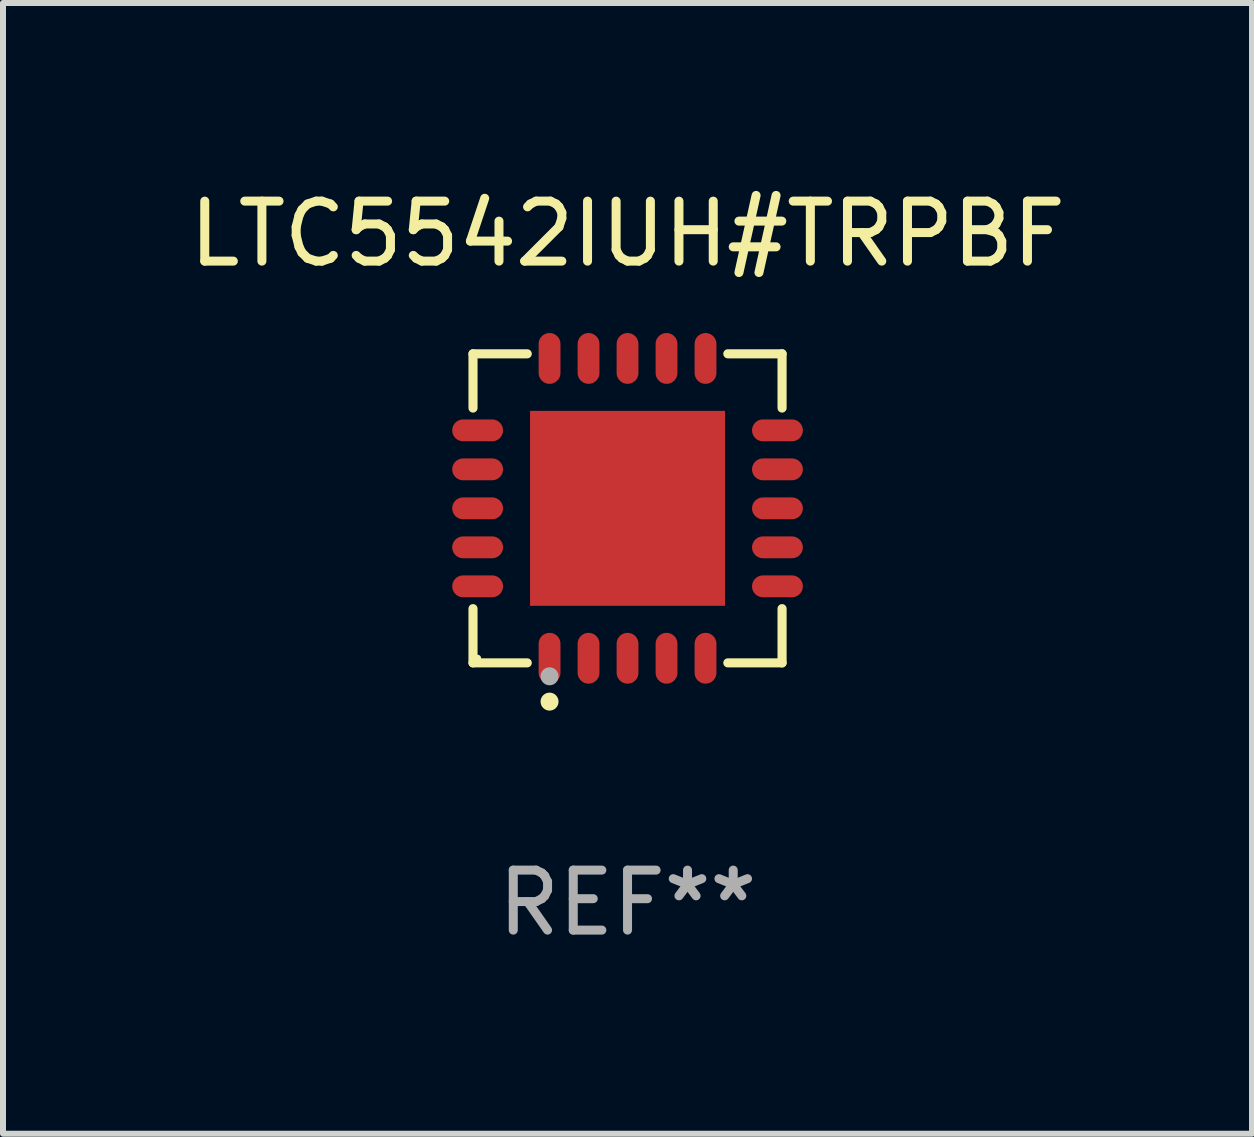
<source format=kicad_pcb>
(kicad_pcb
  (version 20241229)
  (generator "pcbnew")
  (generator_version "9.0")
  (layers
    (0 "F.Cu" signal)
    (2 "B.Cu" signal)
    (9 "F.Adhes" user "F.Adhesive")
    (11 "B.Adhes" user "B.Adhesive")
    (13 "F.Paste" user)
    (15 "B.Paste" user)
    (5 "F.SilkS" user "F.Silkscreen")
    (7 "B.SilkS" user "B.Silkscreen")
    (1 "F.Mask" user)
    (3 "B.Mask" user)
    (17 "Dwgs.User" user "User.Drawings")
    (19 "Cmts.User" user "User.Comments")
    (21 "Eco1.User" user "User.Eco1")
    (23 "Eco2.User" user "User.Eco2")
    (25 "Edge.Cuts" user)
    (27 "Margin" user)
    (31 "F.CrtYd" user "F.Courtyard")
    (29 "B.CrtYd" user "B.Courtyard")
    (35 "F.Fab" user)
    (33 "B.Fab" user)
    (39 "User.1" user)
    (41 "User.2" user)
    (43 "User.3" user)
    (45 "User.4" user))
  (footprint "LTC5542IUH#TRPBF"
    (layer "F.Cu")
    (at 7.411 5.424)
    (property "Reference" "LTC5542IUH#TRPBF" (at 0 -4.576 0) (layer "F.SilkS") (effects (font (size 1 1) (thickness 0.15))))
    (attr through_hole)
    (fp_line (start -2.576 -2.576) (end -1.672 -2.576) (stroke (width 0.152) (type solid)) (layer "F.SilkS"))
    (fp_line (start -2.576 -1.672) (end -2.576 -2.576) (stroke (width 0.152) (type solid)) (layer "F.SilkS"))
    (fp_line (start -2.576 1.672) (end -2.576 2.576) (stroke (width 0.152) (type solid)) (layer "F.SilkS"))
    (fp_line (start -2.576 2.576) (end -1.672 2.576) (stroke (width 0.152) (type solid)) (layer "F.SilkS"))
    (fp_line (start 2.576 -2.576) (end 1.672 -2.576) (stroke (width 0.152) (type solid)) (layer "F.SilkS"))
    (fp_line (start 2.576 -1.672) (end 2.576 -2.576) (stroke (width 0.152) (type solid)) (layer "F.SilkS"))
    (fp_line (start 2.576 1.672) (end 2.576 2.576) (stroke (width 0.152) (type solid)) (layer "F.SilkS"))
    (fp_line (start 2.576 2.576) (end 1.672 2.576) (stroke (width 0.152) (type solid)) (layer "F.SilkS"))
    (fp_circle (center -2.5 2.5) (end -2.47 2.5) (stroke (width 0.06) (type solid)) (fill no) (layer "F.SilkS"))
    (fp_circle (center -1.3 3.222) (end -1.225 3.222) (stroke (width 0.15) (type solid)) (fill no) (layer "F.SilkS"))
    (fp_circle (center -1.3 2.8) (end -1.225 2.8) (stroke (width 0.15) (type solid)) (fill no) (layer "F.Fab"))
    (fp_text user "REF**" (at 0 6.576 0) (layer "F.Fab") (effects (font (size 1 1) (thickness 0.15))))
    (pad "1" smd oval (at -1.3 2.499) (size 0.364 0.847) (layers "F.Cu" "F.Mask" "F.Paste"))
    (pad "2" smd oval (at -0.65 2.499) (size 0.364 0.847) (layers "F.Cu" "F.Mask" "F.Paste"))
    (pad "3" smd oval (at 0 2.499) (size 0.364 0.847) (layers "F.Cu" "F.Mask" "F.Paste"))
    (pad "4" smd oval (at 0.65 2.499) (size 0.364 0.847) (layers "F.Cu" "F.Mask" "F.Paste"))
    (pad "5" smd oval (at 1.3 2.499) (size 0.364 0.847) (layers "F.Cu" "F.Mask" "F.Paste"))
    (pad "6" smd oval (at 2.499 1.3) (size 0.847 0.364) (layers "F.Cu" "F.Mask" "F.Paste"))
    (pad "7" smd oval (at 2.499 0.65) (size 0.847 0.364) (layers "F.Cu" "F.Mask" "F.Paste"))
    (pad "8" smd oval (at 2.499 0) (size 0.847 0.364) (layers "F.Cu" "F.Mask" "F.Paste"))
    (pad "9" smd oval (at 2.499 -0.65) (size 0.847 0.364) (layers "F.Cu" "F.Mask" "F.Paste"))
    (pad "10" smd oval (at 2.499 -1.3) (size 0.847 0.364) (layers "F.Cu" "F.Mask" "F.Paste"))
    (pad "11" smd oval (at 1.3 -2.499) (size 0.364 0.847) (layers "F.Cu" "F.Mask" "F.Paste"))
    (pad "12" smd oval (at 0.65 -2.499) (size 0.364 0.847) (layers "F.Cu" "F.Mask" "F.Paste"))
    (pad "13" smd oval (at 0 -2.499) (size 0.364 0.847) (layers "F.Cu" "F.Mask" "F.Paste"))
    (pad "14" smd oval (at -0.65 -2.499) (size 0.364 0.847) (layers "F.Cu" "F.Mask" "F.Paste"))
    (pad "15" smd oval (at -1.3 -2.499) (size 0.364 0.847) (layers "F.Cu" "F.Mask" "F.Paste"))
    (pad "16" smd oval (at -2.499 -1.3) (size 0.847 0.364) (layers "F.Cu" "F.Mask" "F.Paste"))
    (pad "17" smd oval (at -2.499 -0.65) (size 0.847 0.364) (layers "F.Cu" "F.Mask" "F.Paste"))
    (pad "18" smd oval (at -2.499 0) (size 0.847 0.364) (layers "F.Cu" "F.Mask" "F.Paste"))
    (pad "19" smd oval (at -2.499 0.65) (size 0.847 0.364) (layers "F.Cu" "F.Mask" "F.Paste"))
    (pad "20" smd oval (at -2.499 1.3) (size 0.847 0.364) (layers "F.Cu" "F.Mask" "F.Paste"))
    (pad "21" smd rect (at 0 0) (size 3.25 3.25) (layers "F.Cu" "F.Mask" "F.Paste")))
  (gr_rect
    (start -3 -3)
    (end 17.821 15.849)
    (stroke (width 0.1) (type default))
    (fill no)
    (layer "Edge.Cuts")))
</source>
